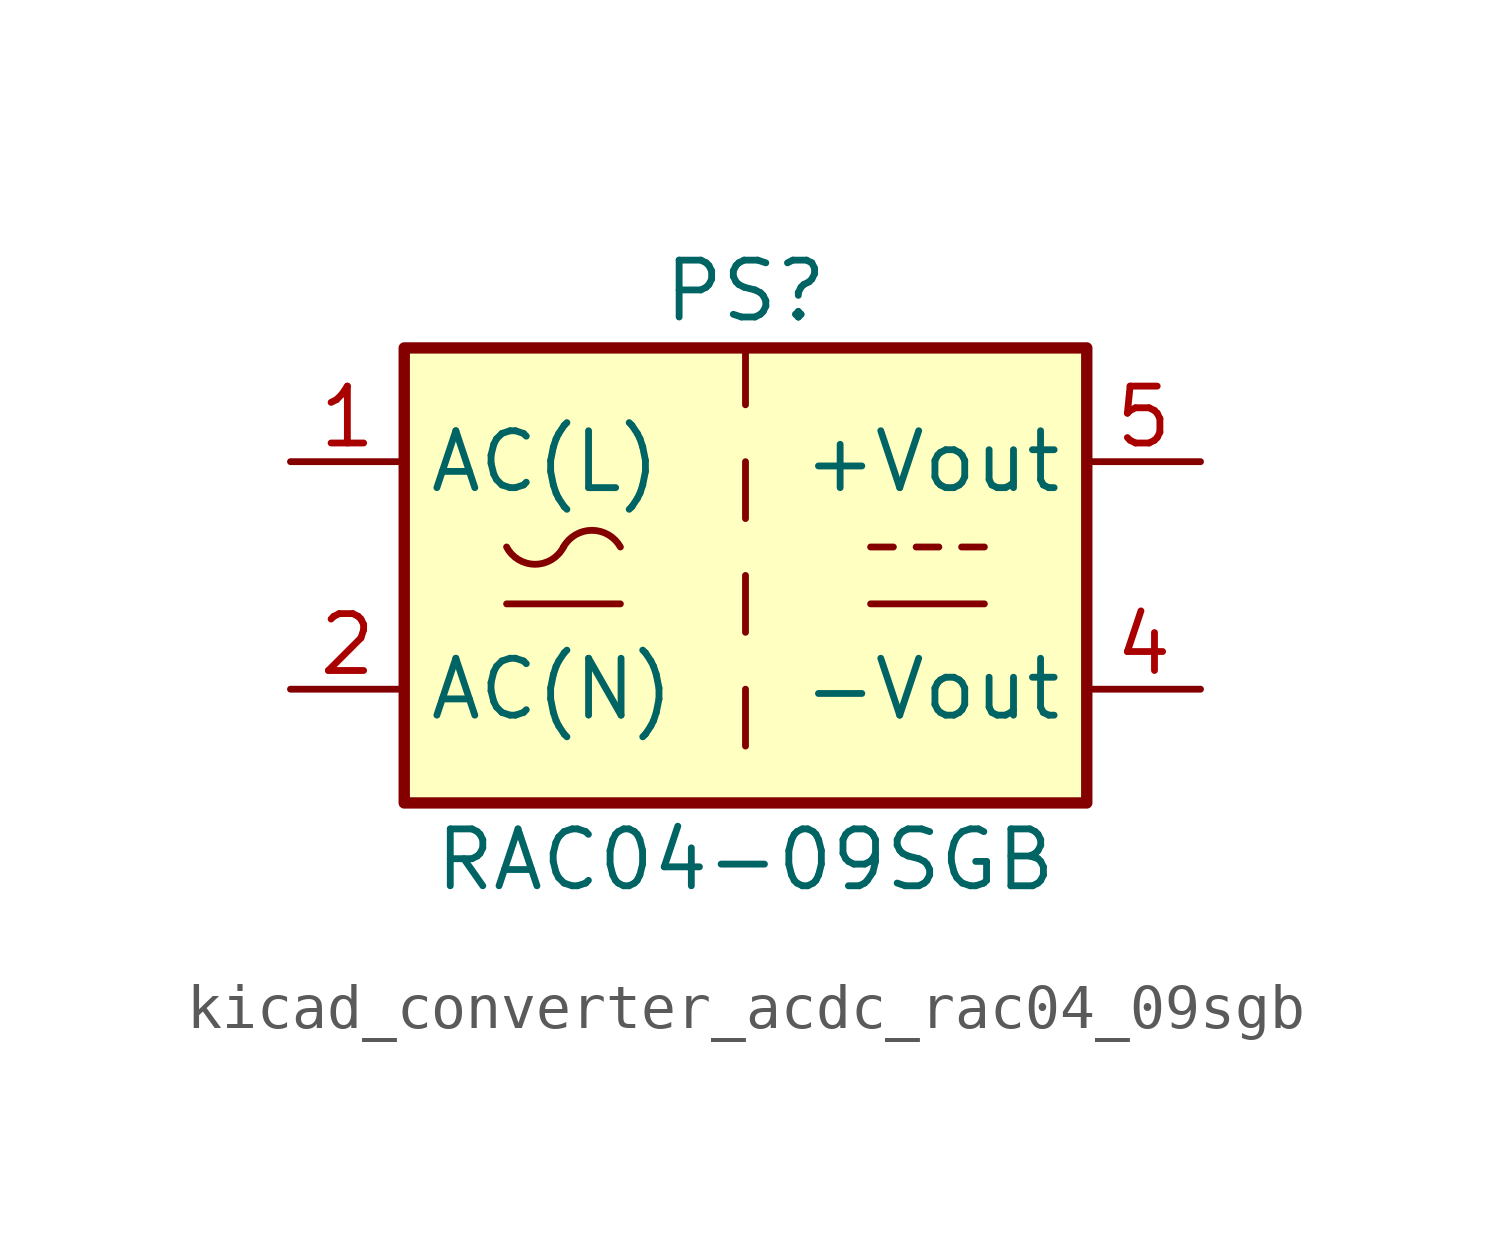
<source format=kicad_sym>
(kicad_symbol_lib
  (version 20220914)
  (generator kicad_symbol_editor)
  (symbol "kicad_converter_acdc_rac04_09sgb"
    (property "Reference" "PS"
      (at 0 6.35 0)
      (effects (font (size 1.27 1.27))))
    (property "Value" "RAC04-09SGB"
      (at 0 -6.35 0)
      (effects (font (size 1.27 1.27))))
    (symbol "kicad_converter_acdc_rac04_09sgb_1_1"
      (rectangle (start -7.62 5.08) (end 7.62 -5.08) (stroke (width 0.254) (type default)) (fill (type background)))
      (arc (start -5.334 0.635) (mid -4.699 0.2495) (end -4.064 0.635) (stroke (width 0) (type default)) (fill (type none)))
      (arc (start -2.794 0.635) (mid -3.429 1.0072) (end -4.064 0.635) (stroke (width 0) (type default)) (fill (type none)))
      (polyline (pts (xy -5.334 -0.635) (xy -2.794 -0.635)) (stroke (width 0) (type default)) (fill (type none)))
      (polyline (pts (xy 0 -2.54) (xy 0 -3.81)) (stroke (width 0) (type default)) (fill (type none)))
      (polyline (pts (xy 0 0) (xy 0 -1.27)) (stroke (width 0) (type default)) (fill (type none)))
      (polyline (pts (xy 0 2.54) (xy 0 1.27)) (stroke (width 0) (type default)) (fill (type none)))
      (polyline (pts (xy 0 5.08) (xy 0 3.81)) (stroke (width 0) (type default)) (fill (type none)))
      (polyline (pts (xy 2.794 -0.635) (xy 5.334 -0.635)) (stroke (width 0) (type default)) (fill (type none)))
      (polyline (pts (xy 2.794 0.635) (xy 3.302 0.635)) (stroke (width 0) (type default)) (fill (type none)))
      (polyline (pts (xy 3.81 0.635) (xy 4.318 0.635)) (stroke (width 0) (type default)) (fill (type none)))
      (polyline (pts (xy 4.826 0.635) (xy 5.334 0.635)) (stroke (width 0) (type default)) (fill (type none)))
      (pin power_in line (at -10.16 2.54 0) (length 2.54) (name "AC(L)" (effects (font (size 1.27 1.27)))) (number "1" (effects (font (size 1.27 1.27)))))
      (pin power_in line (at -10.16 -2.54 0) (length 2.54) (name "AC(N)" (effects (font (size 1.27 1.27)))) (number "2" (effects (font (size 1.27 1.27)))))
      (pin no_connect line (at 7.62 0 180) (length 2.54) hide (name "NC" (effects (font (size 1.27 1.27)))) (number "3" (effects (font (size 1.27 1.27)))))
      (pin power_out line (at 10.16 -2.54 180) (length 2.54) (name "-Vout" (effects (font (size 1.27 1.27)))) (number "4" (effects (font (size 1.27 1.27)))))
      (pin power_out line (at 10.16 2.54 180) (length 2.54) (name "+Vout" (effects (font (size 1.27 1.27)))) (number "5" (effects (font (size 1.27 1.27))))))))
</source>
